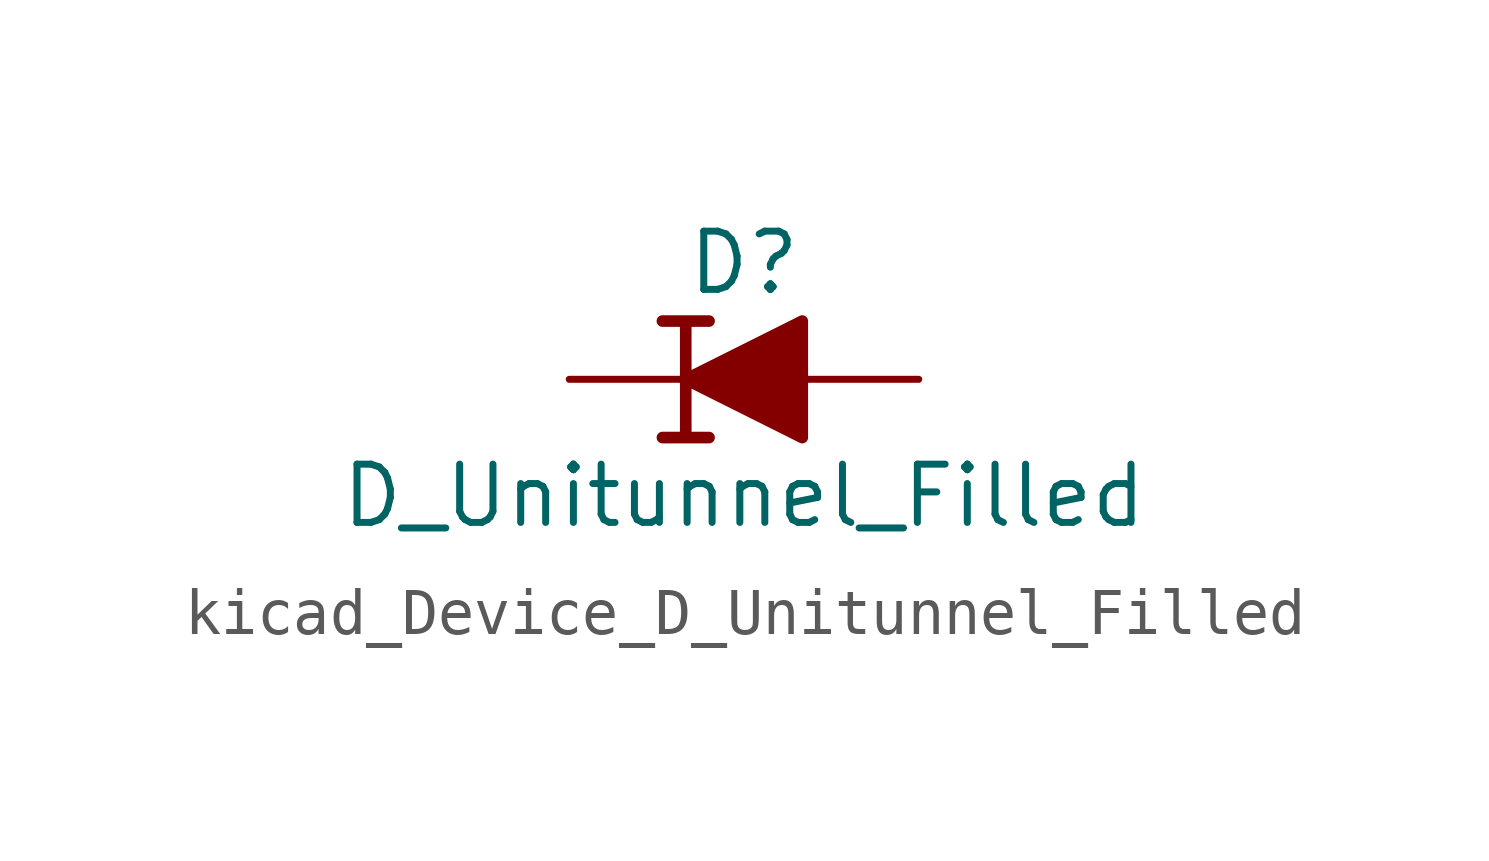
<source format=kicad_sym>
(kicad_symbol_lib
  (version 20220914)
  (generator kicad_symbol_editor)
  (symbol "kicad_Device_D_Unitunnel_Filled"
    (pin_numbers hide)
    (pin_names
      (offset 1.016) hide)
    (property "Reference" "D"
      (at 0 2.54 0)
      (effects (font (size 1.27 1.27))))
    (property "Value" "D_Unitunnel_Filled"
      (at 0 -2.54 0)
      (effects (font (size 1.27 1.27))))
    (symbol "kicad_Device_D_Unitunnel_Filled_0_1"
      (polyline (pts (xy 1.27 0) (xy -1.27 0)) (stroke (width 0) (type default)) (fill (type none)))
      (polyline (pts (xy 1.27 -1.27) (xy 1.27 1.27) (xy -1.27 0) (xy 1.27 -1.27)) (stroke (width 0.254) (type default)) (fill (type outline)))
      (polyline (pts (xy -1.778 -1.27) (xy -0.762 -1.27) (xy -1.27 -1.27) (xy -1.27 1.27) (xy -0.762 1.27) (xy -1.778 1.27)) (stroke (width 0.254) (type default)) (fill (type none))))
    (symbol "kicad_Device_D_Unitunnel_Filled_1_1"
      (pin passive line (at -3.81 0 0) (length 2.54) (name "K" (effects (font (size 1.27 1.27)))) (number "1" (effects (font (size 1.27 1.27)))))
      (pin passive line (at 3.81 0 180) (length 2.54) (name "A" (effects (font (size 1.27 1.27)))) (number "2" (effects (font (size 1.27 1.27))))))))
</source>
